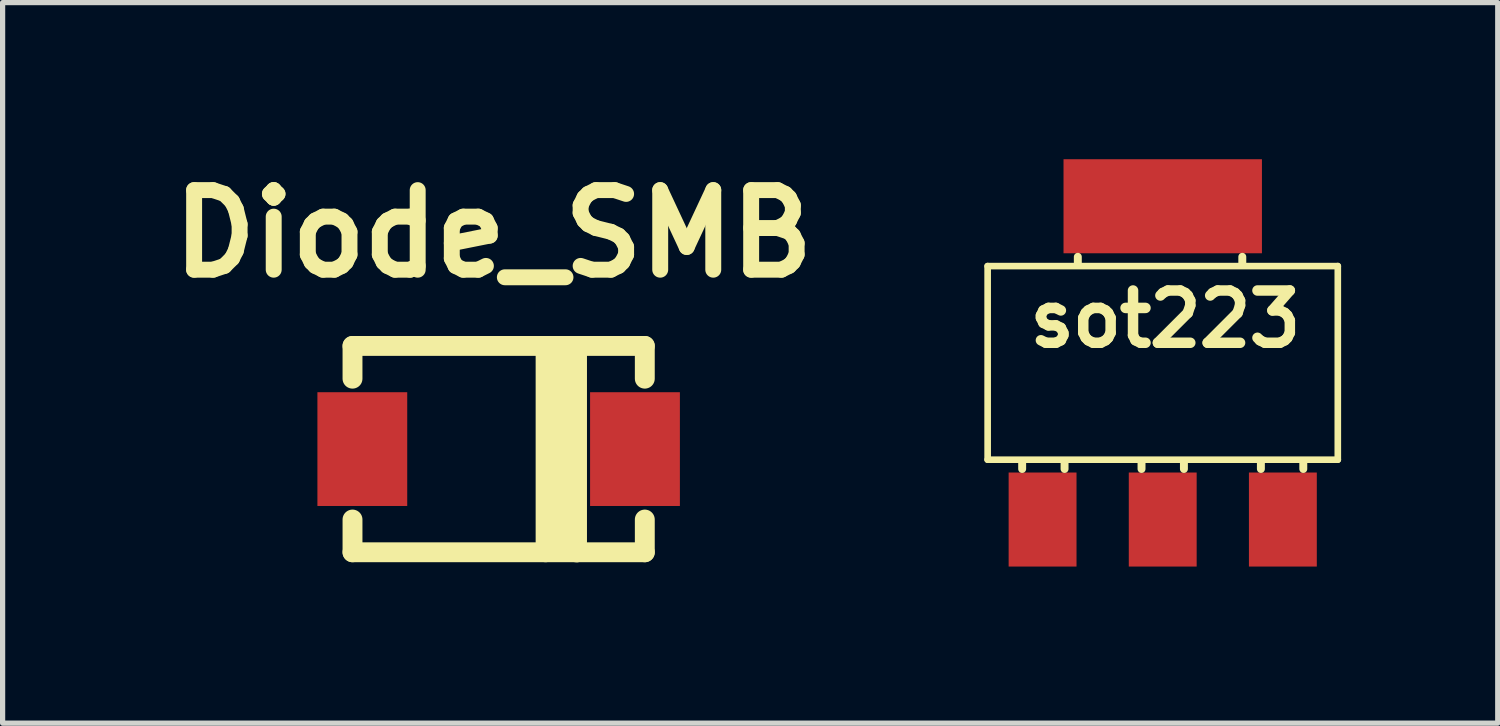
<source format=kicad_pcb>
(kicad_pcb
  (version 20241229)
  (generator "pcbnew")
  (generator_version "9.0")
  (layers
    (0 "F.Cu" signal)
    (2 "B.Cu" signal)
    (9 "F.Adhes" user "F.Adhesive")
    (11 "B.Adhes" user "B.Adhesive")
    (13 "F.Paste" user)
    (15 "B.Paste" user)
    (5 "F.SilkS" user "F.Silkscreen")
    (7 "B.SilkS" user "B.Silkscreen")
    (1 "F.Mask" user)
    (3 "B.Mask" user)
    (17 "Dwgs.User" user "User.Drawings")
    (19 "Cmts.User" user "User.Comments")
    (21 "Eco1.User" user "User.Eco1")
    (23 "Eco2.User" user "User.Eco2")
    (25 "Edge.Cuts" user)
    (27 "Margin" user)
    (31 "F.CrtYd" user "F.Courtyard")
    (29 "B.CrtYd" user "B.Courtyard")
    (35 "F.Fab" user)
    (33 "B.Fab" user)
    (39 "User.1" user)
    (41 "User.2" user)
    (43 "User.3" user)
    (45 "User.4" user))
  (footprint "Diode_SMB"
    (layer "F.Cu")
    (at 6.5 5.551)
    (property "Reference" "Diode_SMB" (at -0.099 -4.125 0) (layer "F.SilkS") (effects (font (size 1.524 1.524) (thickness 0.305))))
    (attr through_hole)
    (fp_line (start -2.799 -1.976) (end -2.799 -1.349) (stroke (width 0.381) (type solid)) (layer "F.SilkS"))
    (fp_line (start -2.799 -1.976) (end 2.799 -1.976) (stroke (width 0.381) (type solid)) (layer "F.SilkS"))
    (fp_line (start -2.799 1.349) (end -2.799 1.976) (stroke (width 0.381) (type solid)) (layer "F.SilkS"))
    (fp_line (start -2.799 1.976) (end 2.799 1.976) (stroke (width 0.381) (type solid)) (layer "F.SilkS"))
    (fp_line (start 0.899 -1.976) (end 0.899 1.976) (stroke (width 0.381) (type solid)) (layer "F.SilkS"))
    (fp_line (start 1.176 1.951) (end 1.176 -1.951) (stroke (width 0.381) (type solid)) (layer "F.SilkS"))
    (fp_line (start 1.501 -1.976) (end 1.501 1.976) (stroke (width 0.381) (type solid)) (layer "F.SilkS"))
    (fp_line (start 1.501 1.976) (end 1.476 1.976) (stroke (width 0.381) (type solid)) (layer "F.SilkS"))
    (fp_line (start 2.799 -1.976) (end 2.799 -1.349) (stroke (width 0.381) (type solid)) (layer "F.SilkS"))
    (fp_line (start 2.799 1.976) (end 2.799 1.349) (stroke (width 0.381) (type solid)) (layer "F.SilkS"))
    (pad "1" smd rect (at -2.611 0) (size 1.72 2.179) (layers "F.Cu" "F.Mask" "F.Paste"))
    (pad "2" smd rect (at 2.611 0) (size 1.72 2.179) (layers "F.Cu" "F.Mask" "F.Paste")))
  (footprint "sot223"
    (layer "F.Cu")
    (at 19.218 3.9)
    (property "Reference" "sot223" (at 0.051 -0.838 0) (layer "F.SilkS") (effects (font (size 1.001 1.001) (thickness 0.201))))
    (attr through_hole)
    (fp_line (start -3.353 -1.854) (end 3.353 -1.854) (stroke (width 0.127) (type solid)) (layer "F.SilkS"))
    (fp_line (start -3.353 1.854) (end -3.353 -1.854) (stroke (width 0.127) (type solid)) (layer "F.SilkS"))
    (fp_line (start -2.692 1.88) (end -2.692 2.032) (stroke (width 0.152) (type solid)) (layer "F.SilkS"))
    (fp_line (start -1.88 1.88) (end -1.88 2.032) (stroke (width 0.152) (type solid)) (layer "F.SilkS"))
    (fp_line (start -1.626 -1.88) (end -1.626 -2.032) (stroke (width 0.152) (type solid)) (layer "F.SilkS"))
    (fp_line (start -0.406 1.88) (end -0.406 2.032) (stroke (width 0.152) (type solid)) (layer "F.SilkS"))
    (fp_line (start 0.406 1.88) (end 0.406 2.032) (stroke (width 0.152) (type solid)) (layer "F.SilkS"))
    (fp_line (start 1.524 -1.88) (end 1.524 -2.032) (stroke (width 0.152) (type solid)) (layer "F.SilkS"))
    (fp_line (start 1.88 1.88) (end 1.88 2.032) (stroke (width 0.152) (type solid)) (layer "F.SilkS"))
    (fp_line (start 2.692 1.88) (end 2.692 2.032) (stroke (width 0.152) (type solid)) (layer "F.SilkS"))
    (fp_line (start 3.353 -1.854) (end 3.353 1.854) (stroke (width 0.127) (type solid)) (layer "F.SilkS"))
    (fp_line (start 3.353 1.854) (end -3.353 1.854) (stroke (width 0.127) (type solid)) (layer "F.SilkS"))
    (pad "1" smd rect (at -2.301 3) (size 1.3 1.801) (layers "F.Cu" "F.Mask" "F.Paste"))
    (pad "2" smd rect (at 0 3) (size 1.3 1.801) (layers "F.Cu" "F.Mask" "F.Paste"))
    (pad "3" smd rect (at 2.301 3) (size 1.3 1.801) (layers "F.Cu" "F.Mask" "F.Paste"))
    (pad "4" smd rect (at 0 -3) (size 3.8 1.801) (layers "F.Cu" "F.Mask" "F.Paste")))
  (gr_rect
    (start -3 -3)
    (end 25.634 10.8)
    (stroke (width 0.1) (type default))
    (fill no)
    (layer "Edge.Cuts")))
</source>
